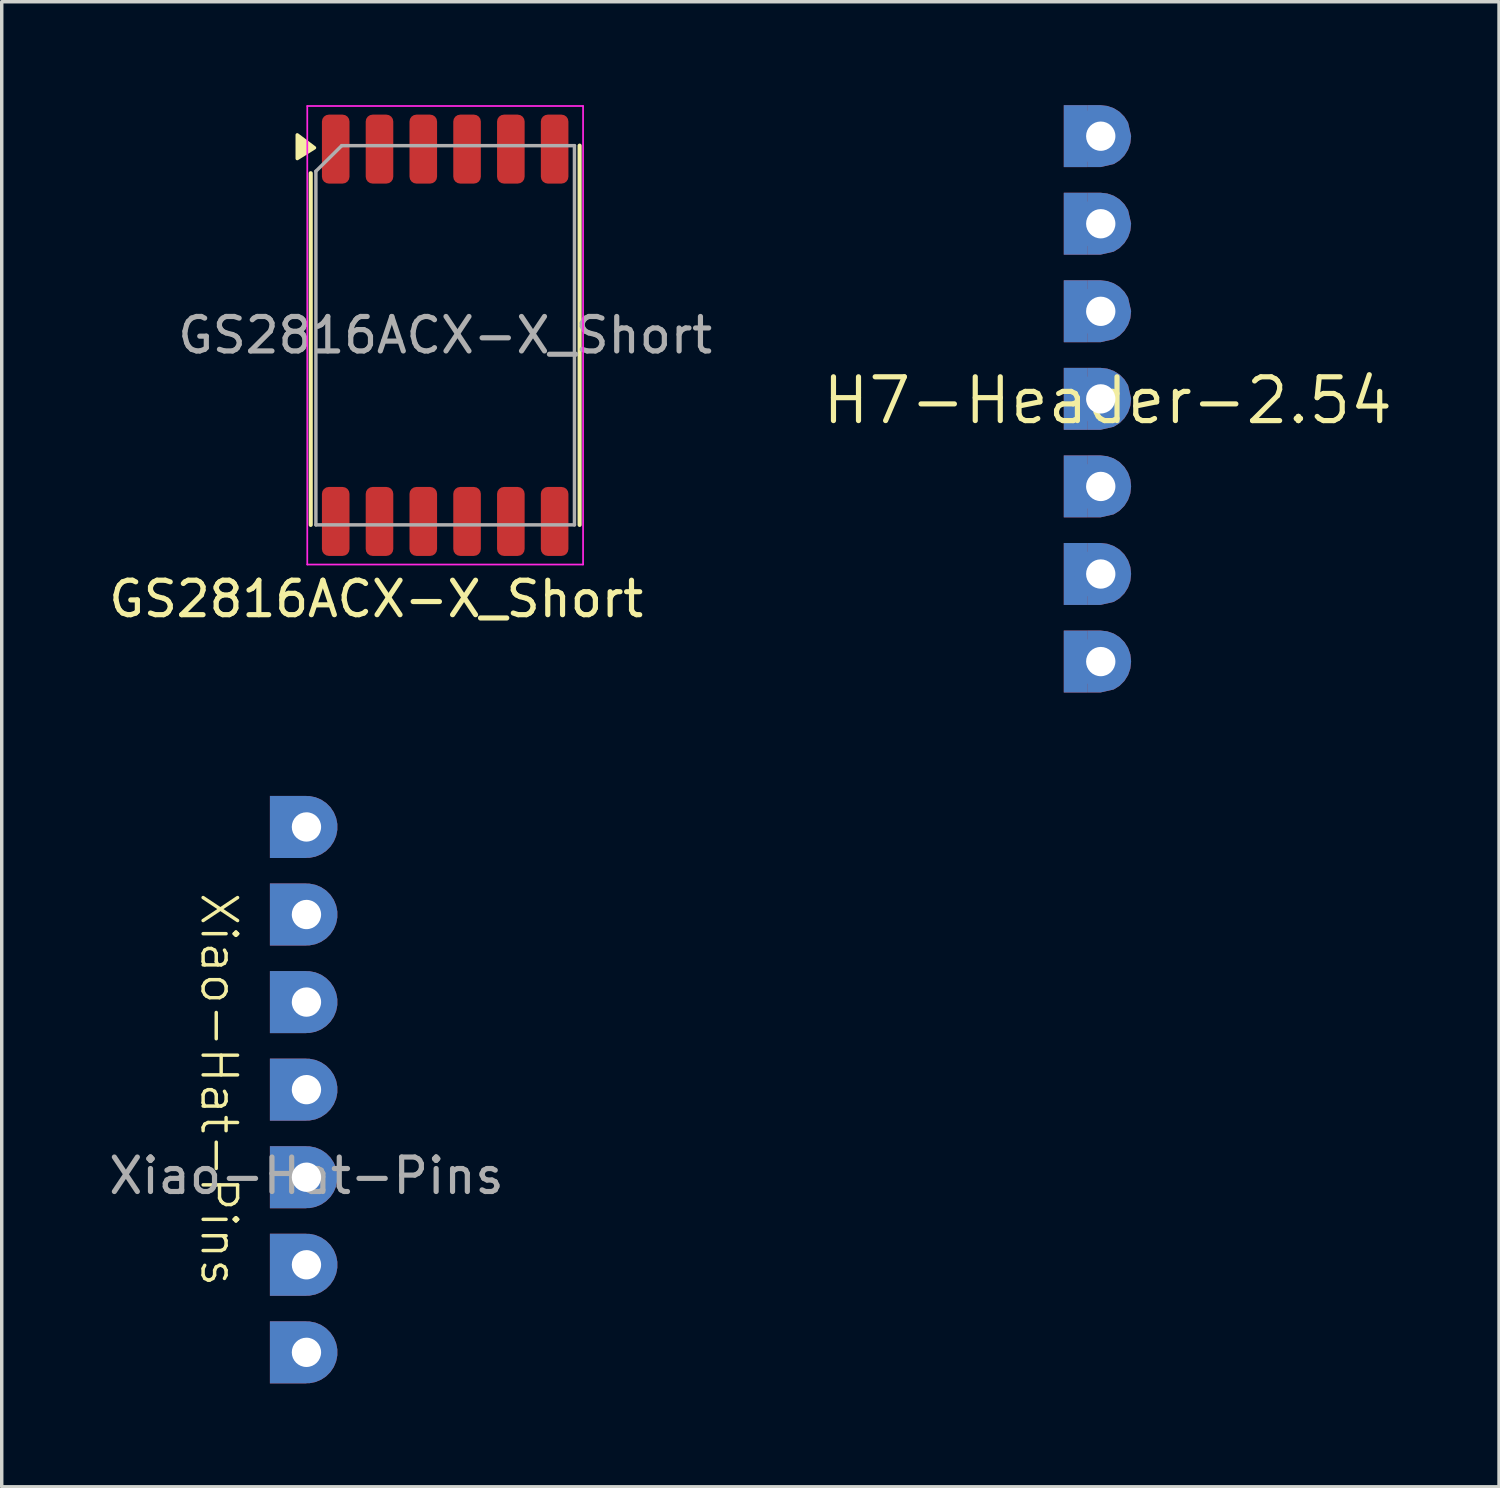
<source format=kicad_pcb>
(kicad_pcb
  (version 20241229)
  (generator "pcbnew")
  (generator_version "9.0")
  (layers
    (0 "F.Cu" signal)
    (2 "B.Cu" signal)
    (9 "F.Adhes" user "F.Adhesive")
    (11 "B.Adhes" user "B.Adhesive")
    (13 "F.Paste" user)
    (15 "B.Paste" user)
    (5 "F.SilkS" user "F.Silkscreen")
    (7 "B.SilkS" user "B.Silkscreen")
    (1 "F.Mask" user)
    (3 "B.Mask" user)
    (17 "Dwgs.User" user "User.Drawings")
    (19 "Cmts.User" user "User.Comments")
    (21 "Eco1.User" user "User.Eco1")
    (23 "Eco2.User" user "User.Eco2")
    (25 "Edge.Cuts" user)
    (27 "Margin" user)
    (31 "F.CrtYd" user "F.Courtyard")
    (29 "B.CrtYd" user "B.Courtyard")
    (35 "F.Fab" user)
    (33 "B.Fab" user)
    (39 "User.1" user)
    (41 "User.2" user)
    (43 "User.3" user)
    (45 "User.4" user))
  (footprint "GS2816ACX-X_Short"
    (layer "F.Cu")
    (at 9.863 6.675)
    (property "Reference" "GS2816ACX-X_Short" (at -2 7.65 0) (unlocked yes) (layer "F.SilkS") (effects (font (size 1 1) (thickness 0.15))))
    (attr smd)
    (fp_line (start -3.9 -4.7) (end -3.9 5.5) (stroke (width 0.12) (type solid)) (layer "F.SilkS"))
    (fp_line (start 3.9 -5.5) (end 3.9 5.5) (stroke (width 0.12) (type solid)) (layer "F.SilkS"))
    (fp_poly (pts (xy -3.791 -5.438) (xy -4.291 -5.813) (xy -4.291 -5.126)) (stroke (width 0.1) (type solid)) (fill yes) (layer "F.SilkS"))
    (fp_line (start -4 -6.65) (end -4 6.65) (stroke (width 0.05) (type solid)) (layer "F.CrtYd"))
    (fp_line (start -4 6.65) (end 4 6.65) (stroke (width 0.05) (type solid)) (layer "F.CrtYd"))
    (fp_line (start 4 -6.65) (end -4 -6.65) (stroke (width 0.05) (type solid)) (layer "F.CrtYd"))
    (fp_line (start 4 6.65) (end 4 -6.65) (stroke (width 0.05) (type solid)) (layer "F.CrtYd"))
    (fp_line (start -3.75 5.5) (end -3.75 -4.758) (stroke (width 0.1) (type default)) (layer "F.Fab"))
    (fp_line (start -3 -5.5) (end -3.75 -4.758) (stroke (width 0.1) (type default)) (layer "F.Fab"))
    (fp_line (start -3 -5.5) (end 3.75 -5.5) (stroke (width 0.1) (type default)) (layer "F.Fab"))
    (fp_line (start 3.75 -5.5) (end 3.75 5.5) (stroke (width 0.1) (type default)) (layer "F.Fab"))
    (fp_line (start 3.75 5.5) (end -3.75 5.5) (stroke (width 0.1) (type default)) (layer "F.Fab"))
    (fp_text user "${REFERENCE}" (at 0 0 0) (unlocked yes) (layer "F.Fab") (effects (font (size 1 1) (thickness 0.15))))
    (pad "1" smd roundrect (at -3.175 -5.4) (size 0.8 2) (layers "F.Cu" "F.Mask" "F.Paste") (roundrect_rratio 0.25))
    (pad "2" smd roundrect (at -1.905 -5.4) (size 0.8 2) (layers "F.Cu" "F.Mask" "F.Paste") (roundrect_rratio 0.25))
    (pad "3" smd roundrect (at -0.635 -5.4) (size 0.8 2) (layers "F.Cu" "F.Mask" "F.Paste") (roundrect_rratio 0.25))
    (pad "4" smd roundrect (at 0.635 -5.4) (size 0.8 2) (layers "F.Cu" "F.Mask" "F.Paste") (roundrect_rratio 0.25))
    (pad "5" smd roundrect (at 1.905 -5.4) (size 0.8 2) (layers "F.Cu" "F.Mask" "F.Paste") (roundrect_rratio 0.25))
    (pad "6" smd roundrect (at 3.175 -5.4) (size 0.8 2) (layers "F.Cu" "F.Mask" "F.Paste") (roundrect_rratio 0.25))
    (pad "7" smd roundrect (at 3.175 5.4) (size 0.8 2) (layers "F.Cu" "F.Mask" "F.Paste") (roundrect_rratio 0.25))
    (pad "8" smd roundrect (at 1.905 5.4) (size 0.8 2) (layers "F.Cu" "F.Mask" "F.Paste") (roundrect_rratio 0.25))
    (pad "9" smd roundrect (at 0.635 5.4) (size 0.8 2) (layers "F.Cu" "F.Mask" "F.Paste") (roundrect_rratio 0.25))
    (pad "10" smd roundrect (at -0.635 5.4) (size 0.8 2) (layers "F.Cu" "F.Mask" "F.Paste") (roundrect_rratio 0.25))
    (pad "11" smd roundrect (at -1.905 5.4) (size 0.8 2) (layers "F.Cu" "F.Mask" "F.Paste") (roundrect_rratio 0.25))
    (pad "12" smd roundrect (at -3.175 5.4) (size 0.8 2) (layers "F.Cu" "F.Mask" "F.Paste") (roundrect_rratio 0.25)))
  (footprint "Xiao-Hat-Pins"
    (layer "F.Cu")
    (at 5.839 28.557)
    (property "Reference" "Xiao-Hat-Pins" (at -2.54 0 270) (unlocked yes) (layer "F.SilkS") (effects (font (size 1 1) (thickness 0.1))))
    (fp_text user "${REFERENCE}" (at 0 2.5 0) (unlocked yes) (layer "F.Fab") (effects (font (size 1 1) (thickness 0.15))))
    (pad "1" thru_hole custom (at 0 -7.62 270) (size 1.8 1.8) (drill 0.85) (layers "*.Cu" "*.Mask") (options (anchor circle)) (primitives (gr_rect (start 0.45 0) (end 0.9 0.45) (width 0) (fill yes)) (gr_rect (start -0.9 0) (end -0.439 0.457) (width 0) (fill yes)) (gr_rect (start -0.9 0.45) (end 0.9 1.06) (width 0) (fill yes))))
    (pad "2" thru_hole custom (at 0 -5.08 270) (size 1.8 1.8) (drill 0.85) (layers "*.Cu" "*.Mask") (options (anchor circle)) (primitives (gr_rect (start 0.45 0) (end 0.9 0.45) (width 0) (fill yes)) (gr_rect (start -0.9 0) (end -0.439 0.457) (width 0) (fill yes)) (gr_rect (start -0.9 0.45) (end 0.9 1.06) (width 0) (fill yes))))
    (pad "3" thru_hole custom (at 0 -2.54 270) (size 1.8 1.8) (drill 0.85) (layers "*.Cu" "*.Mask") (options (anchor circle)) (primitives (gr_rect (start 0.45 0) (end 0.9 0.45) (width 0) (fill yes)) (gr_rect (start -0.9 0) (end -0.439 0.457) (width 0) (fill yes)) (gr_rect (start -0.9 0.45) (end 0.9 1.06) (width 0) (fill yes))))
    (pad "4" thru_hole custom (at 0 0 270) (size 1.8 1.8) (drill 0.85) (layers "*.Cu" "*.Mask") (options (anchor circle)) (primitives (gr_rect (start 0.45 0) (end 0.9 0.45) (width 0) (fill yes)) (gr_rect (start -0.9 0) (end -0.439 0.457) (width 0) (fill yes)) (gr_rect (start -0.9 0.45) (end 0.9 1.06) (width 0) (fill yes))))
    (pad "5" thru_hole custom (at 0 2.54 270) (size 1.8 1.8) (drill 0.85) (layers "*.Cu" "*.Mask") (options (anchor circle)) (primitives (gr_rect (start 0.45 0) (end 0.9 0.45) (width 0) (fill yes)) (gr_rect (start -0.9 0) (end -0.439 0.457) (width 0) (fill yes)) (gr_rect (start -0.9 0.45) (end 0.9 1.06) (width 0) (fill yes))))
    (pad "6" thru_hole custom (at 0 5.08 270) (size 1.8 1.8) (drill 0.85) (layers "*.Cu" "*.Mask") (options (anchor circle)) (primitives (gr_rect (start 0.45 0) (end 0.9 0.45) (width 0) (fill yes)) (gr_rect (start -0.9 0) (end -0.439 0.457) (width 0) (fill yes)) (gr_rect (start -0.9 0.45) (end 0.9 1.06) (width 0) (fill yes))))
    (pad "7" thru_hole custom (at 0 7.62 270) (size 1.8 1.8) (drill 0.85) (layers "*.Cu" "*.Mask") (options (anchor circle)) (primitives (gr_rect (start 0.45 0) (end 0.9 0.45) (width 0) (fill yes)) (gr_rect (start -0.9 0) (end -0.439 0.457) (width 0) (fill yes)) (gr_rect (start -0.9 0.45) (end 0.9 1.06) (width 0) (fill yes)))))
  (footprint "H7-Header-2.54"
    (layer "F.Cu")
    (at 28.879 8.52)
    (property "Reference" "H7-Header-2.54" (at 0.2 0.05 0) (layer "F.SilkS") (effects (font (size 1.27 1.27) (thickness 0.15))))
    (fp_poly (pts (xy -0.392 -8.519) (xy -0.392 -6.723) (xy -1.072 -6.723) (xy -1.072 -8.519) (xy -0.391 -8.519)) (stroke (width 0) (type solid)) (fill yes) (layer "F.Cu"))
    (fp_poly (pts (xy -0.392 -5.979) (xy -0.392 -4.183) (xy -1.072 -4.183) (xy -1.072 -5.979) (xy -0.391 -5.979)) (stroke (width 0) (type solid)) (fill yes) (layer "F.Cu"))
    (fp_poly (pts (xy -0.392 -3.439) (xy -0.392 -1.643) (xy -1.072 -1.643) (xy -1.072 -3.439) (xy -0.391 -3.439)) (stroke (width 0) (type solid)) (fill yes) (layer "F.Cu"))
    (fp_poly (pts (xy -0.392 -0.899) (xy -0.392 0.897) (xy -1.072 0.897) (xy -1.072 -0.899) (xy -0.391 -0.899)) (stroke (width 0) (type solid)) (fill yes) (layer "F.Cu"))
    (fp_poly (pts (xy -0.392 1.641) (xy -0.392 3.437) (xy -1.072 3.437) (xy -1.072 1.641) (xy -0.391 1.641)) (stroke (width 0) (type solid)) (fill yes) (layer "F.Cu"))
    (fp_poly (pts (xy -0.392 4.181) (xy -0.392 5.977) (xy -1.072 5.977) (xy -1.072 4.181) (xy -0.391 4.181)) (stroke (width 0) (type solid)) (fill yes) (layer "F.Cu"))
    (fp_poly (pts (xy -0.392 6.721) (xy -0.392 8.517) (xy -1.072 8.517) (xy -1.072 6.721) (xy -0.391 6.721)) (stroke (width 0) (type solid)) (fill yes) (layer "F.Cu"))
    (fp_poly (pts (xy 0.189 -8.497) (xy 0.377 -8.432) (xy 0.546 -8.326) (xy 0.686 -8.185) (xy 0.792 -8.016) (xy 0.88 -7.631) (xy 0.88 -7.612) (xy 0.858 -7.415) (xy 0.792 -7.227) (xy 0.686 -7.058) (xy 0.546 -6.917) (xy 0.377 -6.811) (xy -0.009 -6.723) (xy -0.392 -6.723) (xy -0.392 -8.518) (xy -0.394 -8.518) (xy -0.392 -8.52) (xy -0.009 -8.52)) (stroke (width 0) (type solid)) (fill yes) (layer "F.Cu"))
    (fp_poly (pts (xy 0.189 -5.957) (xy 0.377 -5.892) (xy 0.546 -5.786) (xy 0.686 -5.645) (xy 0.792 -5.476) (xy 0.88 -5.091) (xy 0.88 -5.072) (xy 0.858 -4.875) (xy 0.792 -4.687) (xy 0.686 -4.518) (xy 0.546 -4.377) (xy 0.377 -4.271) (xy -0.009 -4.183) (xy -0.392 -4.183) (xy -0.392 -5.978) (xy -0.394 -5.978) (xy -0.392 -5.98) (xy -0.009 -5.98)) (stroke (width 0) (type solid)) (fill yes) (layer "F.Cu"))
    (fp_poly (pts (xy 0.189 -3.417) (xy 0.377 -3.352) (xy 0.546 -3.246) (xy 0.686 -3.105) (xy 0.792 -2.936) (xy 0.88 -2.551) (xy 0.88 -2.532) (xy 0.858 -2.335) (xy 0.792 -2.147) (xy 0.686 -1.978) (xy 0.546 -1.837) (xy 0.377 -1.731) (xy -0.009 -1.643) (xy -0.392 -1.643) (xy -0.392 -3.438) (xy -0.394 -3.438) (xy -0.392 -3.44) (xy -0.009 -3.44)) (stroke (width 0) (type solid)) (fill yes) (layer "F.Cu"))
    (fp_poly (pts (xy 0.189 -0.877) (xy 0.377 -0.812) (xy 0.546 -0.706) (xy 0.686 -0.565) (xy 0.792 -0.396) (xy 0.88 -0.011) (xy 0.88 0.008) (xy 0.858 0.205) (xy 0.792 0.393) (xy 0.686 0.562) (xy 0.546 0.703) (xy 0.377 0.809) (xy -0.009 0.897) (xy -0.392 0.897) (xy -0.392 -0.898) (xy -0.394 -0.898) (xy -0.392 -0.9) (xy -0.009 -0.9)) (stroke (width 0) (type solid)) (fill yes) (layer "F.Cu"))
    (fp_poly (pts (xy 0.189 1.663) (xy 0.377 1.728) (xy 0.546 1.834) (xy 0.686 1.975) (xy 0.792 2.144) (xy 0.858 2.332) (xy 0.88 2.529) (xy 0.88 2.548) (xy 0.858 2.745) (xy 0.792 2.933) (xy 0.686 3.102) (xy 0.546 3.243) (xy 0.377 3.349) (xy -0.009 3.437) (xy -0.392 3.437) (xy -0.392 1.642) (xy -0.394 1.642) (xy -0.392 1.64) (xy -0.009 1.64)) (stroke (width 0) (type solid)) (fill yes) (layer "F.Cu"))
    (fp_poly (pts (xy 0.189 4.203) (xy 0.377 4.268) (xy 0.546 4.374) (xy 0.686 4.515) (xy 0.792 4.684) (xy 0.858 4.872) (xy 0.88 5.069) (xy 0.88 5.088) (xy 0.858 5.285) (xy 0.792 5.473) (xy 0.686 5.642) (xy 0.546 5.783) (xy 0.377 5.889) (xy -0.009 5.977) (xy -0.392 5.977) (xy -0.392 4.182) (xy -0.394 4.182) (xy -0.392 4.18) (xy -0.009 4.18)) (stroke (width 0) (type solid)) (fill yes) (layer "F.Cu"))
    (fp_poly (pts (xy 0.189 6.743) (xy 0.377 6.808) (xy 0.546 6.914) (xy 0.686 7.055) (xy 0.792 7.224) (xy 0.858 7.412) (xy 0.88 7.609) (xy 0.88 7.628) (xy 0.858 7.825) (xy 0.792 8.013) (xy 0.686 8.182) (xy 0.546 8.323) (xy 0.377 8.429) (xy -0.009 8.517) (xy -0.392 8.517) (xy -0.392 6.722) (xy -0.394 6.722) (xy -0.392 6.72) (xy -0.009 6.72)) (stroke (width 0) (type solid)) (fill yes) (layer "F.Cu"))
    (fp_poly (pts (xy -0.392 -8.519) (xy -0.392 -6.723) (xy -1.072 -6.723) (xy -1.072 -8.519) (xy -0.391 -8.519)) (stroke (width 0) (type solid)) (fill yes) (layer "B.Cu"))
    (fp_poly (pts (xy -0.392 -5.979) (xy -0.392 -4.183) (xy -1.072 -4.183) (xy -1.072 -5.979) (xy -0.391 -5.979)) (stroke (width 0) (type solid)) (fill yes) (layer "B.Cu"))
    (fp_poly (pts (xy -0.392 -3.439) (xy -0.392 -1.643) (xy -1.072 -1.643) (xy -1.072 -3.439) (xy -0.391 -3.439)) (stroke (width 0) (type solid)) (fill yes) (layer "B.Cu"))
    (fp_poly (pts (xy -0.392 -0.899) (xy -0.392 0.897) (xy -1.072 0.897) (xy -1.072 -0.899) (xy -0.391 -0.899)) (stroke (width 0) (type solid)) (fill yes) (layer "B.Cu"))
    (fp_poly (pts (xy -0.392 1.641) (xy -0.392 3.437) (xy -1.072 3.437) (xy -1.072 1.641) (xy -0.391 1.641)) (stroke (width 0) (type solid)) (fill yes) (layer "B.Cu"))
    (fp_poly (pts (xy -0.392 4.181) (xy -0.392 5.977) (xy -1.072 5.977) (xy -1.072 4.181) (xy -0.391 4.181)) (stroke (width 0) (type solid)) (fill yes) (layer "B.Cu"))
    (fp_poly (pts (xy -0.392 6.721) (xy -0.392 8.517) (xy -1.072 8.517) (xy -1.072 6.721) (xy -0.391 6.721)) (stroke (width 0) (type solid)) (fill yes) (layer "B.Cu"))
    (fp_poly (pts (xy 0.189 -8.497) (xy 0.377 -8.432) (xy 0.546 -8.326) (xy 0.686 -8.185) (xy 0.792 -8.016) (xy 0.88 -7.631) (xy 0.88 -7.612) (xy 0.858 -7.415) (xy 0.792 -7.227) (xy 0.686 -7.058) (xy 0.546 -6.917) (xy 0.377 -6.811) (xy -0.009 -6.723) (xy -0.392 -6.723) (xy -0.392 -8.518) (xy -0.394 -8.518) (xy -0.392 -8.52) (xy -0.009 -8.52)) (stroke (width 0) (type solid)) (fill yes) (layer "B.Cu"))
    (fp_poly (pts (xy 0.189 -5.957) (xy 0.377 -5.892) (xy 0.546 -5.786) (xy 0.686 -5.645) (xy 0.792 -5.476) (xy 0.88 -5.091) (xy 0.88 -5.072) (xy 0.858 -4.875) (xy 0.792 -4.687) (xy 0.686 -4.518) (xy 0.546 -4.377) (xy 0.377 -4.271) (xy -0.009 -4.183) (xy -0.392 -4.183) (xy -0.392 -5.978) (xy -0.394 -5.978) (xy -0.392 -5.98) (xy -0.009 -5.98)) (stroke (width 0) (type solid)) (fill yes) (layer "B.Cu"))
    (fp_poly (pts (xy 0.189 -3.417) (xy 0.377 -3.352) (xy 0.546 -3.246) (xy 0.686 -3.105) (xy 0.792 -2.936) (xy 0.88 -2.551) (xy 0.88 -2.532) (xy 0.858 -2.335) (xy 0.792 -2.147) (xy 0.686 -1.978) (xy 0.546 -1.837) (xy 0.377 -1.731) (xy -0.009 -1.643) (xy -0.392 -1.643) (xy -0.392 -3.438) (xy -0.394 -3.438) (xy -0.392 -3.44) (xy -0.009 -3.44)) (stroke (width 0) (type solid)) (fill yes) (layer "B.Cu"))
    (fp_poly (pts (xy 0.189 -0.877) (xy 0.377 -0.812) (xy 0.546 -0.706) (xy 0.686 -0.565) (xy 0.792 -0.396) (xy 0.88 -0.011) (xy 0.88 0.008) (xy 0.858 0.205) (xy 0.792 0.393) (xy 0.686 0.562) (xy 0.546 0.703) (xy 0.377 0.809) (xy -0.009 0.897) (xy -0.392 0.897) (xy -0.392 -0.898) (xy -0.394 -0.898) (xy -0.392 -0.9) (xy -0.009 -0.9)) (stroke (width 0) (type solid)) (fill yes) (layer "B.Cu"))
    (fp_poly (pts (xy 0.189 1.663) (xy 0.377 1.728) (xy 0.546 1.834) (xy 0.686 1.975) (xy 0.792 2.144) (xy 0.858 2.332) (xy 0.88 2.529) (xy 0.88 2.548) (xy 0.858 2.745) (xy 0.792 2.933) (xy 0.686 3.102) (xy 0.546 3.243) (xy 0.377 3.349) (xy -0.009 3.437) (xy -0.392 3.437) (xy -0.392 1.642) (xy -0.394 1.642) (xy -0.392 1.64) (xy -0.009 1.64)) (stroke (width 0) (type solid)) (fill yes) (layer "B.Cu"))
    (fp_poly (pts (xy 0.189 4.203) (xy 0.377 4.268) (xy 0.546 4.374) (xy 0.686 4.515) (xy 0.792 4.684) (xy 0.858 4.872) (xy 0.88 5.069) (xy 0.88 5.088) (xy 0.858 5.285) (xy 0.792 5.473) (xy 0.686 5.642) (xy 0.546 5.783) (xy 0.377 5.889) (xy -0.009 5.977) (xy -0.392 5.977) (xy -0.392 4.182) (xy -0.394 4.182) (xy -0.392 4.18) (xy -0.009 4.18)) (stroke (width 0) (type solid)) (fill yes) (layer "B.Cu"))
    (fp_poly (pts (xy 0.189 6.743) (xy 0.377 6.808) (xy 0.546 6.914) (xy 0.686 7.055) (xy 0.792 7.224) (xy 0.858 7.412) (xy 0.88 7.609) (xy 0.88 7.628) (xy 0.858 7.825) (xy 0.792 8.013) (xy 0.686 8.182) (xy 0.546 8.323) (xy 0.377 8.429) (xy -0.009 8.517) (xy -0.392 8.517) (xy -0.392 6.722) (xy -0.394 6.722) (xy -0.392 6.72) (xy -0.009 6.72)) (stroke (width 0) (type solid)) (fill yes) (layer "B.Cu"))
    (pad "1" thru_hole roundrect (at 0 -7.62) (size 1.5 1.5) (drill 0.85) (layers "*.Cu" "*.Mask") (roundrect_rratio 0.25) (chamfer_ratio 0.25) (chamfer top_left top_right bottom_left bottom_right))
    (pad "2" thru_hole circle (at 0 -5.08) (size 1.5 1.5) (drill 0.85) (layers "*.Cu" "*.Mask"))
    (pad "3" thru_hole circle (at 0 -2.54) (size 1.5 1.5) (drill 0.85) (layers "*.Cu" "*.Mask"))
    (pad "4" thru_hole circle (at 0 0) (size 1.5 1.5) (drill 0.85) (layers "*.Cu" "*.Mask"))
    (pad "5" thru_hole circle (at 0 2.54) (size 1.5 1.5) (drill 0.85) (layers "*.Cu" "*.Mask"))
    (pad "6" thru_hole circle (at 0 5.08) (size 1.5 1.5) (drill 0.85) (layers "*.Cu" "*.Mask"))
    (pad "7" thru_hole circle (at 0 7.62) (size 1.5 1.5) (drill 0.85) (layers "*.Cu" "*.Mask")))
  (gr_rect
    (start -3 -3)
    (end 40.432 40.077)
    (stroke (width 0.1) (type default))
    (fill no)
    (layer "Edge.Cuts")))
</source>
